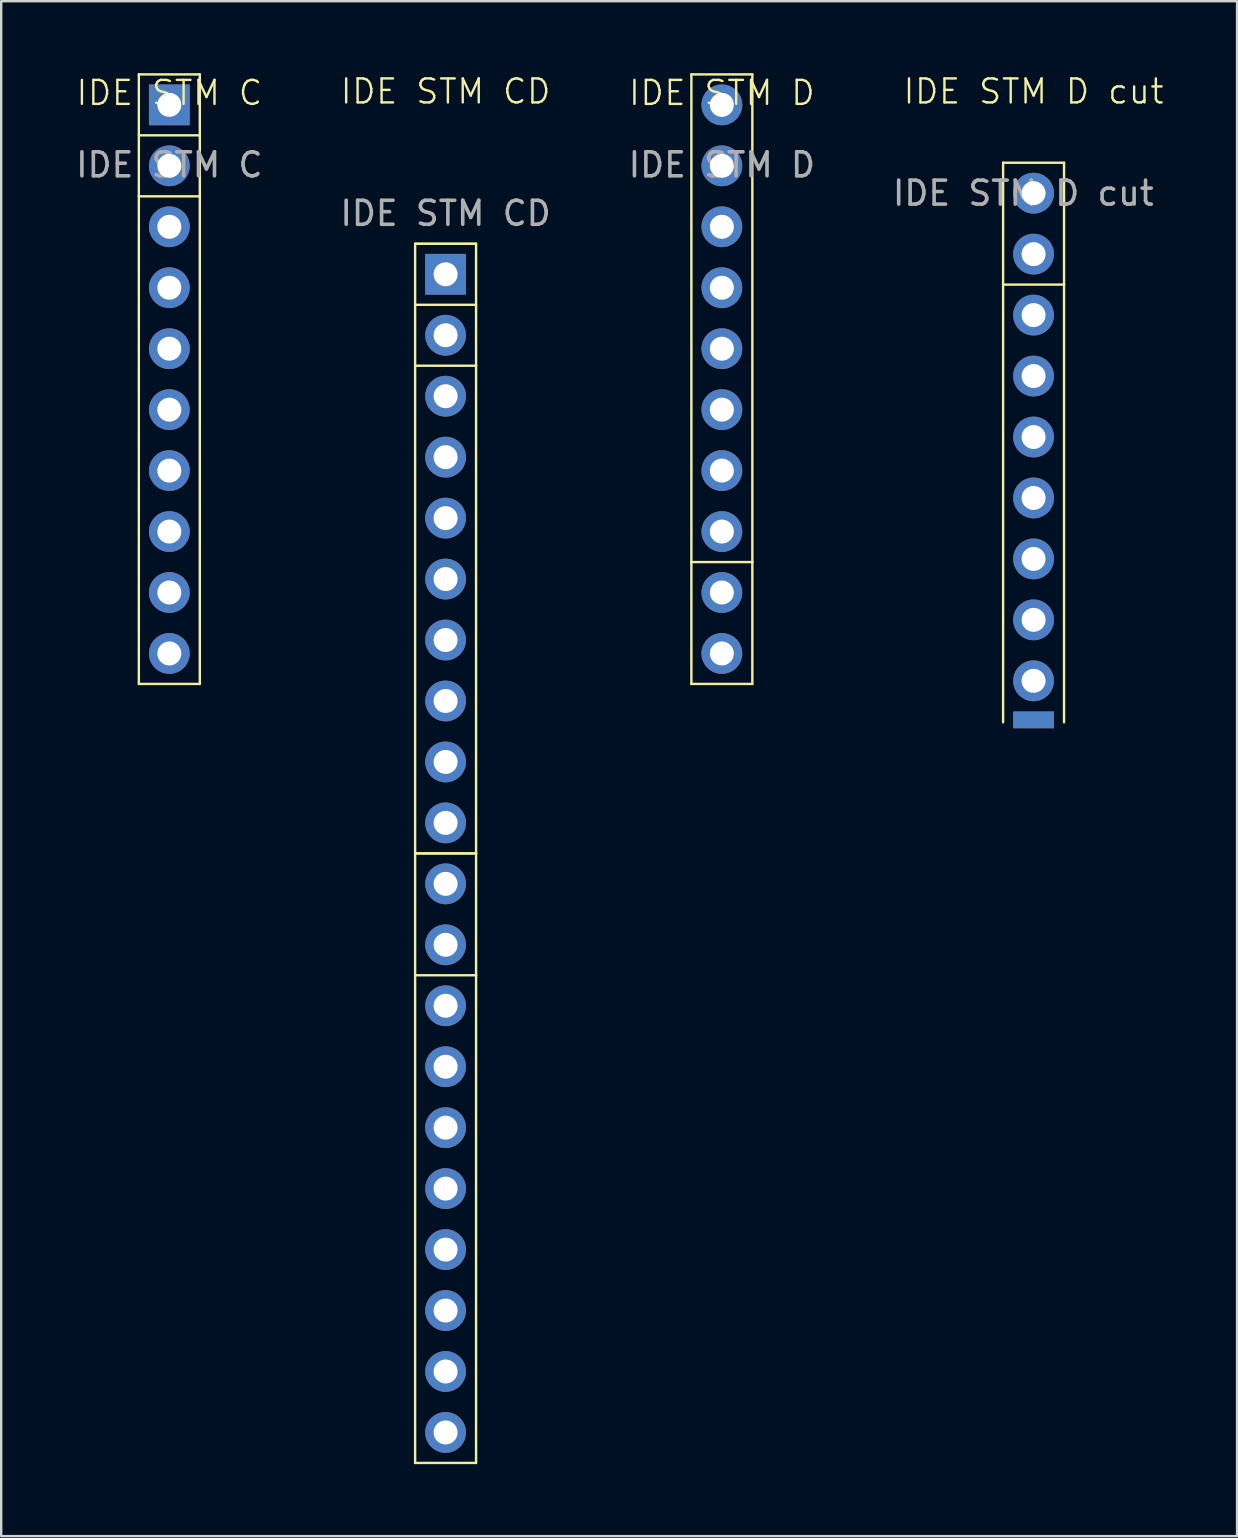
<source format=kicad_pcb>
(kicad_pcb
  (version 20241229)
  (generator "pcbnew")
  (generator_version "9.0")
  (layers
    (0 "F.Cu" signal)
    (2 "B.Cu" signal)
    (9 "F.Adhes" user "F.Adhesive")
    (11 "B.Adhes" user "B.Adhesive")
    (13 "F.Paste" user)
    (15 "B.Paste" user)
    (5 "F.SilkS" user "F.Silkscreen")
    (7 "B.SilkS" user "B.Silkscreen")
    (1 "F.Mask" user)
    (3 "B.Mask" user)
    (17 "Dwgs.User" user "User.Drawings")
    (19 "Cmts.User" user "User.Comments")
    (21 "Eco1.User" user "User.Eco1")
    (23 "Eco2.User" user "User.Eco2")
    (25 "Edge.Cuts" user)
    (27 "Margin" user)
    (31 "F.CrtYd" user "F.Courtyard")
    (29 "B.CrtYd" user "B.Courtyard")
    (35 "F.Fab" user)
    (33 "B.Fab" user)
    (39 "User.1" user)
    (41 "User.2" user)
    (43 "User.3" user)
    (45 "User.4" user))
  (footprint "IDE STM C"
    (layer "F.Cu")
    (at 4.006 1.32)
    (property "Reference" "IDE STM C" (at 0 -0.5 0) (unlocked yes) (layer "F.SilkS") (effects (font (size 1 1) (thickness 0.1))))
    (attr through_hole)
    (fp_line (start -1.27 -1.27) (end -1.27 3.81) (stroke (width 0.1) (type default)) (layer "F.SilkS"))
    (fp_line (start -1.27 1.27) (end 1.27 1.27) (stroke (width 0.1) (type default)) (layer "F.SilkS"))
    (fp_line (start -1.27 3.81) (end 1.27 3.81) (stroke (width 0.1) (type default)) (layer "F.SilkS"))
    (fp_line (start -1.27 24.13) (end -1.27 3.81) (stroke (width 0.1) (type default)) (layer "F.SilkS"))
    (fp_line (start 1.27 -1.27) (end -1.27 -1.27) (stroke (width 0.1) (type default)) (layer "F.SilkS"))
    (fp_line (start 1.27 3.81) (end 1.27 -1.27) (stroke (width 0.1) (type default)) (layer "F.SilkS"))
    (fp_line (start 1.27 3.81) (end 1.27 24.13) (stroke (width 0.1) (type default)) (layer "F.SilkS"))
    (fp_line (start 1.27 24.13) (end -1.27 24.13) (stroke (width 0.1) (type default)) (layer "F.SilkS"))
    (fp_text user "${REFERENCE}" (at 0 2.5 0) (unlocked yes) (layer "F.Fab") (effects (font (size 1 1) (thickness 0.15))))
    (pad "3V3" thru_hole rect (at 0 0 270) (size 1.7 1.7) (drill 1) (layers "*.Cu" "*.Mask"))
    (pad "C0" thru_hole circle (at 0 5.08 270) (size 1.7 1.7) (drill 1) (layers "*.Cu" "*.Mask"))
    (pad "C1" thru_hole circle (at 0 7.62 270) (size 1.7 1.7) (drill 1) (layers "*.Cu" "*.Mask"))
    (pad "C2" thru_hole circle (at 0 10.16 270) (size 1.7 1.7) (drill 1) (layers "*.Cu" "*.Mask"))
    (pad "C3" thru_hole circle (at 0 12.7 270) (size 1.7 1.7) (drill 1) (layers "*.Cu" "*.Mask"))
    (pad "C4" thru_hole circle (at 0 15.24 270) (size 1.7 1.7) (drill 1) (layers "*.Cu" "*.Mask"))
    (pad "C5" thru_hole circle (at 0 17.78 270) (size 1.7 1.7) (drill 1) (layers "*.Cu" "*.Mask"))
    (pad "C6" thru_hole circle (at 0 20.32 270) (size 1.7 1.7) (drill 1) (layers "*.Cu" "*.Mask"))
    (pad "C7" thru_hole circle (at 0 22.86 270) (size 1.7 1.7) (drill 1) (layers "*.Cu" "*.Mask"))
    (pad "VBusSense" thru_hole circle (at 0 2.54 270) (size 1.7 1.7) (drill 1) (layers "*.Cu" "*.Mask")))
  (footprint "IDE STM D cut"
    (layer "F.Cu")
    (at 40.019 5.84)
    (property "Reference" "IDE STM D cut" (at 0 -5.08 0) (unlocked yes) (layer "F.SilkS") (effects (font (size 1 1) (thickness 0.1))))
    (attr through_hole)
    (fp_line (start -1.27 -2.11) (end -1.27 2.97) (stroke (width 0.1) (type default)) (layer "F.SilkS"))
    (fp_line (start -1.27 2.97) (end -1.27 21.209) (stroke (width 0.1) (type default)) (layer "F.SilkS"))
    (fp_line (start 1.27 -2.11) (end -1.27 -2.11) (stroke (width 0.1) (type default)) (layer "F.SilkS"))
    (fp_line (start 1.27 2.97) (end -1.27 2.97) (stroke (width 0.1) (type default)) (layer "F.SilkS"))
    (fp_line (start 1.27 2.97) (end 1.27 -2.11) (stroke (width 0.1) (type default)) (layer "F.SilkS"))
    (fp_line (start 1.27 21.209) (end 1.27 2.97) (stroke (width 0.1) (type default)) (layer "F.SilkS"))
    (fp_text user "${REFERENCE}" (at -0.43 -0.84 0) (unlocked yes) (layer "F.Fab") (effects (font (size 1 1) (thickness 0.15))))
    (pad "D0" thru_hole circle (at 0 4.24 90) (size 1.7 1.7) (drill 1) (layers "*.Cu" "*.Mask"))
    (pad "D1" thru_hole circle (at 0 6.78 90) (size 1.7 1.7) (drill 1) (layers "*.Cu" "*.Mask"))
    (pad "D2" thru_hole circle (at 0 9.32 90) (size 1.7 1.7) (drill 1) (layers "*.Cu" "*.Mask"))
    (pad "D3" thru_hole circle (at 0 11.86 90) (size 1.7 1.7) (drill 1) (layers "*.Cu" "*.Mask"))
    (pad "D4" thru_hole circle (at 0 14.4 90) (size 1.7 1.7) (drill 1) (layers "*.Cu" "*.Mask"))
    (pad "D5" thru_hole circle (at 0 16.94 90) (size 1.7 1.7) (drill 1) (layers "*.Cu" "*.Mask"))
    (pad "D6" thru_hole circle (at 0 19.48 90) (size 1.7 1.7) (drill 1) (layers "*.Cu" "*.Mask"))
    (pad "D7" connect rect (at 0 21.107 90) (size 0.7 1.7) (layers "F.Cu" "F.Mask"))
    (pad "D7" connect rect (at 0 21.107 90) (size 0.7 1.7) (layers "B.Cu" "B.Mask"))
    (pad "SCL" thru_hole circle (at 0 1.7 90) (size 1.7 1.7) (drill 1) (layers "*.Cu" "*.Mask"))
    (pad "SDA" thru_hole circle (at 0 -0.84 90) (size 1.7 1.7) (drill 1) (layers "*.Cu" "*.Mask")))
  (footprint "IDE STM D"
    (layer "F.Cu")
    (at 27.03 1.32)
    (property "Reference" "IDE STM D" (at 0 -0.5 0) (unlocked yes) (layer "F.SilkS") (effects (font (size 1 1) (thickness 0.1))))
    (attr through_hole)
    (fp_line (start -1.27 -1.27) (end -1.27 19.05) (stroke (width 0.1) (type default)) (layer "F.SilkS"))
    (fp_line (start -1.27 19.05) (end -1.27 24.13) (stroke (width 0.1) (type default)) (layer "F.SilkS"))
    (fp_line (start -1.27 19.05) (end 1.27 19.05) (stroke (width 0.1) (type default)) (layer "F.SilkS"))
    (fp_line (start -1.27 24.13) (end 1.27 24.13) (stroke (width 0.1) (type default)) (layer "F.SilkS"))
    (fp_line (start 1.27 -1.27) (end -1.27 -1.27) (stroke (width 0.1) (type default)) (layer "F.SilkS"))
    (fp_line (start 1.27 19.05) (end 1.27 -1.27) (stroke (width 0.1) (type default)) (layer "F.SilkS"))
    (fp_line (start 1.27 24.13) (end 1.27 19.05) (stroke (width 0.1) (type default)) (layer "F.SilkS"))
    (fp_text user "${REFERENCE}" (at 0 2.5 0) (unlocked yes) (layer "F.Fab") (effects (font (size 1 1) (thickness 0.15))))
    (pad "D0" thru_hole circle (at 0 17.78 270) (size 1.7 1.7) (drill 1) (layers "*.Cu" "*.Mask"))
    (pad "D1" thru_hole circle (at 0 15.24 270) (size 1.7 1.7) (drill 1) (layers "*.Cu" "*.Mask"))
    (pad "D2" thru_hole circle (at 0 12.7 270) (size 1.7 1.7) (drill 1) (layers "*.Cu" "*.Mask"))
    (pad "D3" thru_hole circle (at 0 10.16 270) (size 1.7 1.7) (drill 1) (layers "*.Cu" "*.Mask"))
    (pad "D4" thru_hole circle (at 0 7.62 270) (size 1.7 1.7) (drill 1) (layers "*.Cu" "*.Mask"))
    (pad "D5" thru_hole circle (at 0 5.08 270) (size 1.7 1.7) (drill 1) (layers "*.Cu" "*.Mask"))
    (pad "D6" thru_hole circle (at 0 2.54 270) (size 1.7 1.7) (drill 1) (layers "*.Cu" "*.Mask"))
    (pad "D7" thru_hole circle (at 0 0 270) (size 1.7 1.7) (drill 1) (layers "*.Cu" "*.Mask"))
    (pad "SCA" thru_hole circle (at 0 20.32 270) (size 1.7 1.7) (drill 1) (layers "*.Cu" "*.Mask"))
    (pad "SDL" thru_hole circle (at 0 22.86 270) (size 1.7 1.7) (drill 1) (layers "*.Cu" "*.Mask")))
  (footprint "IDE STM CD"
    (layer "F.Cu")
    (at 15.518 8.38)
    (property "Reference" "IDE STM CD" (at 0 -7.62 0) (unlocked yes) (layer "F.SilkS") (effects (font (size 1 1) (thickness 0.1))))
    (attr through_hole)
    (fp_line (start -1.27 -1.27) (end -1.27 3.81) (stroke (width 0.1) (type default)) (layer "F.SilkS"))
    (fp_line (start -1.27 1.27) (end 1.27 1.27) (stroke (width 0.1) (type default)) (layer "F.SilkS"))
    (fp_line (start -1.27 3.81) (end 1.27 3.81) (stroke (width 0.1) (type default)) (layer "F.SilkS"))
    (fp_line (start -1.27 24.13) (end -1.27 3.81) (stroke (width 0.1) (type default)) (layer "F.SilkS"))
    (fp_line (start -1.27 24.13) (end -1.27 29.21) (stroke (width 0.1) (type default)) (layer "F.SilkS"))
    (fp_line (start -1.27 29.21) (end -1.27 49.53) (stroke (width 0.1) (type default)) (layer "F.SilkS"))
    (fp_line (start -1.27 49.53) (end 1.27 49.53) (stroke (width 0.1) (type default)) (layer "F.SilkS"))
    (fp_line (start 1.27 -1.27) (end -1.27 -1.27) (stroke (width 0.1) (type default)) (layer "F.SilkS"))
    (fp_line (start 1.27 -1.27) (end -1.27 -1.27) (stroke (width 0.1) (type default)) (layer "F.SilkS"))
    (fp_line (start 1.27 3.81) (end 1.27 -1.27) (stroke (width 0.1) (type default)) (layer "F.SilkS"))
    (fp_line (start 1.27 3.81) (end 1.27 24.13) (stroke (width 0.1) (type default)) (layer "F.SilkS"))
    (fp_line (start 1.27 24.13) (end -1.27 24.13) (stroke (width 0.1) (type default)) (layer "F.SilkS"))
    (fp_line (start 1.27 24.13) (end -1.27 24.13) (stroke (width 0.1) (type default)) (layer "F.SilkS"))
    (fp_line (start 1.27 29.21) (end -1.27 29.21) (stroke (width 0.1) (type default)) (layer "F.SilkS"))
    (fp_line (start 1.27 29.21) (end 1.27 24.13) (stroke (width 0.1) (type default)) (layer "F.SilkS"))
    (fp_line (start 1.27 49.53) (end 1.27 29.21) (stroke (width 0.1) (type default)) (layer "F.SilkS"))
    (fp_text user "${REFERENCE}" (at 0 -2.54 0) (unlocked yes) (layer "F.Fab") (effects (font (size 1 1) (thickness 0.15))))
    (pad "3V3" thru_hole rect (at 0 0 270) (size 1.7 1.7) (drill 1) (layers "*.Cu" "*.Mask"))
    (pad "C0" thru_hole circle (at 0 5.08 270) (size 1.7 1.7) (drill 1) (layers "*.Cu" "*.Mask"))
    (pad "C1" thru_hole circle (at 0 7.62 270) (size 1.7 1.7) (drill 1) (layers "*.Cu" "*.Mask"))
    (pad "C2" thru_hole circle (at 0 10.16 270) (size 1.7 1.7) (drill 1) (layers "*.Cu" "*.Mask"))
    (pad "C3" thru_hole circle (at 0 12.7 270) (size 1.7 1.7) (drill 1) (layers "*.Cu" "*.Mask"))
    (pad "C4" thru_hole circle (at 0 15.24 270) (size 1.7 1.7) (drill 1) (layers "*.Cu" "*.Mask"))
    (pad "C5" thru_hole circle (at 0 17.78 270) (size 1.7 1.7) (drill 1) (layers "*.Cu" "*.Mask"))
    (pad "C6" thru_hole circle (at 0 20.32 270) (size 1.7 1.7) (drill 1) (layers "*.Cu" "*.Mask"))
    (pad "C7" thru_hole circle (at 0 22.86 270) (size 1.7 1.7) (drill 1) (layers "*.Cu" "*.Mask"))
    (pad "D0" thru_hole circle (at 0 30.48 90) (size 1.7 1.7) (drill 1) (layers "*.Cu" "*.Mask"))
    (pad "D1" thru_hole circle (at 0 33.02 90) (size 1.7 1.7) (drill 1) (layers "*.Cu" "*.Mask"))
    (pad "D2" thru_hole circle (at 0 35.56 90) (size 1.7 1.7) (drill 1) (layers "*.Cu" "*.Mask"))
    (pad "D3" thru_hole circle (at 0 38.1 90) (size 1.7 1.7) (drill 1) (layers "*.Cu" "*.Mask"))
    (pad "D4" thru_hole circle (at 0 40.64 90) (size 1.7 1.7) (drill 1) (layers "*.Cu" "*.Mask"))
    (pad "D5" thru_hole circle (at 0 43.18 90) (size 1.7 1.7) (drill 1) (layers "*.Cu" "*.Mask"))
    (pad "D6" thru_hole circle (at 0 45.72 90) (size 1.7 1.7) (drill 1) (layers "*.Cu" "*.Mask"))
    (pad "D7" thru_hole circle (at 0 48.26 90) (size 1.7 1.7) (drill 1) (layers "*.Cu" "*.Mask"))
    (pad "SCL" thru_hole circle (at 0 25.4 90) (size 1.7 1.7) (drill 1) (layers "*.Cu" "*.Mask"))
    (pad "SDA" thru_hole circle (at 0 27.94 90) (size 1.7 1.7) (drill 1) (layers "*.Cu" "*.Mask"))
    (pad "VBusSense" thru_hole circle (at 0 2.54 270) (size 1.7 1.7) (drill 1) (layers "*.Cu" "*.Mask")))
  (gr_rect
    (start -3 -3)
    (end 48.498 60.961)
    (stroke (width 0.1) (type default))
    (fill no)
    (layer "Edge.Cuts")))
</source>
